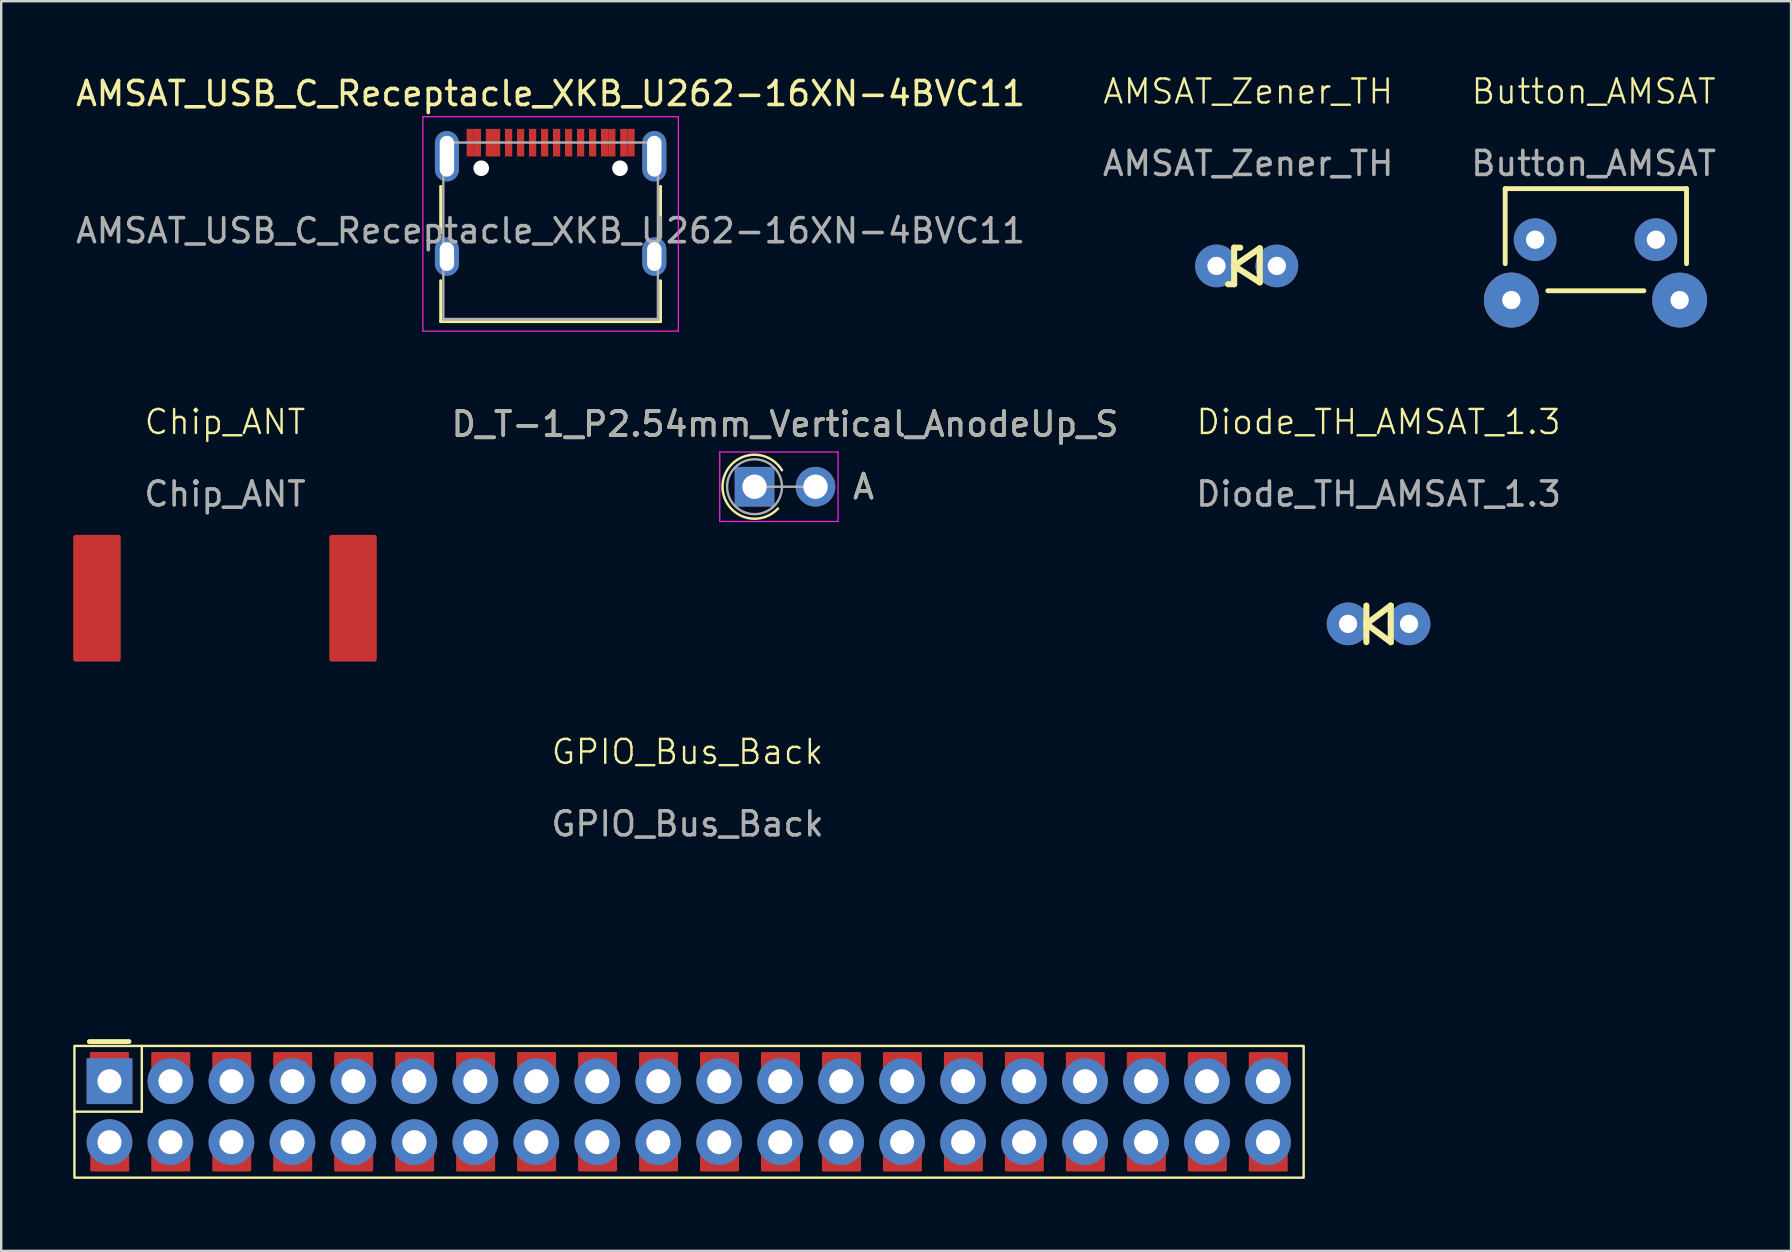
<source format=kicad_pcb>
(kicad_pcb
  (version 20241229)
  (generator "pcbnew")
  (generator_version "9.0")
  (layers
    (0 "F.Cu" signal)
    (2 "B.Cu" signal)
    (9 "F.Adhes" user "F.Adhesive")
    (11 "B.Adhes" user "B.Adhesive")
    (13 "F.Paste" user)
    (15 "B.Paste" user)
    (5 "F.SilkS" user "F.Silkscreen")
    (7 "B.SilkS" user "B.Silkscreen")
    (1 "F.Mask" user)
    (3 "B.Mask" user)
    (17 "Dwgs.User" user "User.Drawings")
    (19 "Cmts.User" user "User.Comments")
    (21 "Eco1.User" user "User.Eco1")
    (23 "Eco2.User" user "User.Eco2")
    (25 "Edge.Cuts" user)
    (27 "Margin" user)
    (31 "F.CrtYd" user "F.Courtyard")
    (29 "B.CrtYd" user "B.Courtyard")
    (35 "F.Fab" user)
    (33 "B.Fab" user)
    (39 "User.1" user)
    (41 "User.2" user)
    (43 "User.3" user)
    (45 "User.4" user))
  (footprint "AMSAT_USB_C_Receptacle_XKB_U262-16XN-4BVC11"
    (layer "F.Cu")
    (at 19.887 6.563)
    (property "Reference" "AMSAT_USB_C_Receptacle_XKB_U262-16XN-4BVC11" (at 0 -5.715 0) (layer "F.SilkS") (effects (font (size 1 1) (thickness 0.15))))
    (attr smd)
    (fp_line (start -4.58 -1.85) (end -4.58 0.07) (stroke (width 0.12) (type solid)) (layer "F.SilkS"))
    (fp_line (start -4.58 3.785) (end -4.58 2.08) (stroke (width 0.12) (type solid)) (layer "F.SilkS"))
    (fp_line (start 4.58 0.07) (end 4.58 -1.85) (stroke (width 0.12) (type solid)) (layer "F.SilkS"))
    (fp_line (start 4.58 2.08) (end 4.58 3.785) (stroke (width 0.12) (type solid)) (layer "F.SilkS"))
    (fp_line (start 4.58 3.785) (end -4.58 3.785) (stroke (width 0.12) (type solid)) (layer "F.SilkS"))
    (fp_line (start -5.32 -4.75) (end 5.32 -4.75) (stroke (width 0.05) (type solid)) (layer "F.CrtYd"))
    (fp_line (start -5.32 4.18) (end -5.32 -4.75) (stroke (width 0.05) (type solid)) (layer "F.CrtYd"))
    (fp_line (start 5.32 -4.75) (end 5.32 4.18) (stroke (width 0.05) (type solid)) (layer "F.CrtYd"))
    (fp_line (start 5.32 4.18) (end -5.32 4.18) (stroke (width 0.05) (type solid)) (layer "F.CrtYd"))
    (fp_line (start -4.47 -3.675) (end -4.47 3.675) (stroke (width 0.1) (type solid)) (layer "F.Fab"))
    (fp_line (start -4.47 -3.675) (end 4.47 -3.675) (stroke (width 0.1) (type solid)) (layer "F.Fab"))
    (fp_line (start -4.47 3.675) (end 4.47 3.675) (stroke (width 0.1) (type solid)) (layer "F.Fab"))
    (fp_line (start 4.47 3.675) (end 4.47 -3.675) (stroke (width 0.1) (type solid)) (layer "F.Fab"))
    (fp_text user "${REFERENCE}" (at 0 0 0) (layer "F.Fab") (effects (font (size 1 1) (thickness 0.15))))
    (pad "" np_thru_hole circle (at -2.89 -2.605) (size 0.65 0.65) (drill 0.65) (layers "*.Cu" "*.Mask"))
    (pad "" np_thru_hole circle (at 2.89 -2.605) (size 0.65 0.65) (drill 0.65) (layers "*.Cu" "*.Mask"))
    (pad "A1" smd rect (at -3.35 -3.67) (size 0.3 1.15) (layers "F.Cu" "F.Mask" "F.Paste"))
    (pad "A4" smd rect (at -2.55 -3.67) (size 0.3 1.15) (layers "F.Cu" "F.Mask" "F.Paste"))
    (pad "A5" smd rect (at -1.25 -3.67) (size 0.3 1.15) (layers "F.Cu" "F.Mask" "F.Paste"))
    (pad "A6" smd rect (at -0.25 -3.67) (size 0.3 1.15) (layers "F.Cu" "F.Mask" "F.Paste"))
    (pad "A7" smd rect (at 0.25 -3.67) (size 0.3 1.15) (layers "F.Cu" "F.Mask" "F.Paste"))
    (pad "A8" smd rect (at 1.25 -3.67) (size 0.3 1.15) (layers "F.Cu" "F.Mask" "F.Paste"))
    (pad "A9" smd rect (at 2.55 -3.67) (size 0.3 1.15) (layers "F.Cu" "F.Mask" "F.Paste"))
    (pad "A12" smd rect (at 3.35 -3.67) (size 0.3 1.15) (layers "F.Cu" "F.Mask" "F.Paste"))
    (pad "B1" smd rect (at 3.05 -3.67) (size 0.3 1.15) (layers "F.Cu" "F.Mask" "F.Paste"))
    (pad "B4" smd rect (at 2.25 -3.67) (size 0.3 1.15) (layers "F.Cu" "F.Mask" "F.Paste"))
    (pad "B5" smd rect (at 1.75 -3.67) (size 0.3 1.15) (layers "F.Cu" "F.Mask" "F.Paste"))
    (pad "B6" smd rect (at 0.75 -3.67) (size 0.3 1.15) (layers "F.Cu" "F.Mask" "F.Paste"))
    (pad "B7" smd rect (at -0.75 -3.67) (size 0.3 1.15) (layers "F.Cu" "F.Mask" "F.Paste"))
    (pad "B8" smd rect (at -1.75 -3.67) (size 0.3 1.15) (layers "F.Cu" "F.Mask" "F.Paste"))
    (pad "B9" smd rect (at -2.25 -3.67) (size 0.3 1.15) (layers "F.Cu" "F.Mask" "F.Paste"))
    (pad "B12" smd rect (at -3.05 -3.67) (size 0.3 1.15) (layers "F.Cu" "F.Mask" "F.Paste"))
    (pad "S1" thru_hole oval (at -4.32 -3.105) (size 1 2.1) (drill oval 0.6 1.7) (layers "*.Cu" "*.Mask"))
    (pad "S1" thru_hole oval (at -4.32 1.075) (size 1 1.6) (drill oval 0.6 1.2) (layers "*.Cu" "*.Mask"))
    (pad "S1" thru_hole oval (at 4.32 -3.105) (size 1 2.1) (drill oval 0.6 1.7) (layers "*.Cu" "*.Mask"))
    (pad "S1" thru_hole oval (at 4.32 1.075) (size 1 1.6) (drill oval 0.6 1.2) (layers "*.Cu" "*.Mask")))
  (footprint "Diode_TH_AMSAT_1.3"
    (layer "F.Cu")
    (at 54.429 22.939)
    (property "Reference" "Diode_TH_AMSAT_1.3" (at -0.051 -8.41 0) (unlocked yes) (layer "F.SilkS") (effects (font (size 1 1) (thickness 0.1))))
    (attr through_hole)
    (fp_line (start -0.559 0) (end -0.559 -0.762) (stroke (width 0.254) (type solid)) (layer "F.SilkS"))
    (fp_line (start -0.559 0) (end -0.559 0.762) (stroke (width 0.254) (type solid)) (layer "F.SilkS"))
    (fp_line (start -0.559 0) (end 0.457 0.762) (stroke (width 0.254) (type solid)) (layer "F.SilkS"))
    (fp_line (start 0.457 -0.762) (end -0.559 0) (stroke (width 0.254) (type solid)) (layer "F.SilkS"))
    (fp_line (start 0.457 0.762) (end 0.457 -0.762) (stroke (width 0.254) (type solid)) (layer "F.SilkS"))
    (fp_text user "${REFERENCE}" (at -0.051 -5.41 0) (unlocked yes) (layer "F.Fab") (effects (font (size 1 1) (thickness 0.15))))
    (pad "1" thru_hole circle (at -1.321 0) (size 1.778 1.778) (drill 0.762) (layers "*.Cu" "*.Mask"))
    (pad "2" thru_hole circle (at 1.219 0) (size 1.778 1.778) (drill 0.762) (layers "*.Cu" "*.Mask")))
  (footprint "Chip_ANT"
    (layer "F.Cu")
    (at 6.323 21.871)
    (property "Reference" "Chip_ANT" (at 0 -7.342 0) (unlocked yes) (layer "F.SilkS") (effects (font (size 1 1) (thickness 0.1))))
    (attr smd)
    (fp_rect (start -6.223 -2.54) (end -4.445 2.54) (stroke (width 0.2) (type solid)) (fill yes) (layer "F.Cu"))
    (fp_rect (start 4.445 -2.54) (end 6.223 2.54) (stroke (width 0.2) (type solid)) (fill yes) (layer "F.Cu"))
    (fp_text user "${REFERENCE}" (at 0 -4.342 0) (unlocked yes) (layer "F.Fab") (effects (font (size 1 1) (thickness 0.15)))))
  (footprint "Button_AMSAT"
    (layer "F.Cu")
    (at 63.415 9.45)
    (property "Reference" "Button_AMSAT" (at -0.076 -8.69 0) (unlocked yes) (layer "F.SilkS") (effects (font (size 1 1) (thickness 0.1))))
    (attr through_hole)
    (fp_circle (center -3.505 0) (end -2.362 0) (stroke (width 0) (type solid)) (fill yes) (layer "F.Cu"))
    (fp_circle (center -3.485 -0.014) (end -2.385 -0.014) (stroke (width 0) (type solid)) (fill yes) (layer "B.Cu"))
    (fp_line (start -3.762 -4.642) (end 3.792 -4.642) (stroke (width 0.203) (type solid)) (layer "F.SilkS"))
    (fp_line (start -3.762 -1.515) (end -3.762 -4.642) (stroke (width 0.203) (type solid)) (layer "F.SilkS"))
    (fp_line (start 2.015 -0.388) (end -1.985 -0.388) (stroke (width 0.203) (type solid)) (layer "F.SilkS"))
    (fp_line (start 3.792 -4.642) (end 3.792 -1.515) (stroke (width 0.203) (type solid)) (layer "F.SilkS"))
    (fp_text user "${REFERENCE}" (at -0.076 -5.69 0) (unlocked yes) (layer "F.Fab") (effects (font (size 1 1) (thickness 0.15))))
    (pad "1" thru_hole circle (at 2.515 -2.515) (size 1.778 1.778) (drill 0.762) (layers "*.Cu" "*.Mask"))
    (pad "2" thru_hole circle (at -2.515 -2.515) (size 1.778 1.778) (drill 0.762) (layers "*.Cu" "*.Mask"))
    (pad "3" thru_hole circle (at -3.505 0) (size 2.286 2.286) (drill 0.762) (layers "*.Cu" "*.Mask"))
    (pad "4" thru_hole circle (at 3.505 0) (size 2.286 2.286) (drill 0.762) (layers "*.Cu" "*.Mask")))
  (footprint "D_T-1_P2.54mm_Vertical_AnodeUp_S"
    (layer "F.Cu")
    (at 28.382 17.226)
    (property "Reference" "D_T-1_P2.54mm_Vertical_AnodeUp_S" (at 1.27 -2.609 0) (layer "F.SilkS") (effects (font (size 1 1) (thickness 0.15))))
    (attr through_hole)
    (fp_arc (start 0.977221 0.906536) (mid -1.325787 -0.138028) (end 1.142999 -0.6858) (stroke (width 0.1016) (type solid)) (layer "F.SilkS"))
    (fp_line (start -1.448 -1.448) (end -1.448 1.448) (stroke (width 0.05) (type solid)) (layer "F.CrtYd"))
    (fp_line (start -1.448 1.448) (end 3.48 1.448) (stroke (width 0.05) (type solid)) (layer "F.CrtYd"))
    (fp_line (start 3.48 -1.448) (end -1.448 -1.448) (stroke (width 0.05) (type solid)) (layer "F.CrtYd"))
    (fp_line (start 3.48 1.448) (end 3.48 -1.448) (stroke (width 0.05) (type solid)) (layer "F.CrtYd"))
    (fp_line (start 0 0) (end 2.54 0) (stroke (width 0.1) (type solid)) (layer "F.Fab"))
    (fp_circle (center 0 0) (end 1.143 0) (stroke (width 0.1) (type solid)) (fill no) (layer "F.Fab"))
    (fp_text user "A" (at 4.54 0 0) (layer "F.SilkS") (effects (font (size 1 1) (thickness 0.15))))
    (fp_text user "${REFERENCE}" (at 1.27 -2.609 0) (layer "F.Fab") (effects (font (size 1 1) (thickness 0.15))))
    (fp_text user "A" (at 4.54 0 0) (layer "F.Fab") (effects (font (size 1 1) (thickness 0.15))))
    (pad "1" thru_hole rect (at 0 0) (size 1.651 1.651) (drill 1.016) (layers "*.Cu" "*.Mask"))
    (pad "2" thru_hole oval (at 2.54 0) (size 1.651 1.651) (drill 1.016) (layers "*.Cu" "*.Mask")))
  (footprint "GPIO_Bus_Back"
    (layer "F.Cu")
    (at 25.641 43.26)
    (property "Reference" "GPIO_Bus_Back" (at -0.051 -14.989 0) (unlocked yes) (layer "F.SilkS") (effects (font (size 1 1) (thickness 0.1))))
    (attr through_hole)
    (fp_rect (start -24.892 -2.438) (end -23.368 -1.727) (stroke (width 0.1) (type solid)) (fill yes) (layer "F.Cu"))
    (fp_rect (start -23.356 2.443) (end -24.88 1.732) (stroke (width 0.1) (type solid)) (fill yes) (layer "F.Cu"))
    (fp_rect (start -22.34 -2.434) (end -20.816 -1.723) (stroke (width 0.1) (type solid)) (fill yes) (layer "F.Cu"))
    (fp_rect (start -20.816 2.443) (end -22.34 1.732) (stroke (width 0.1) (type solid)) (fill yes) (layer "F.Cu"))
    (fp_rect (start -19.8 -2.434) (end -18.276 -1.723) (stroke (width 0.1) (type solid)) (fill yes) (layer "F.Cu"))
    (fp_rect (start -18.276 2.443) (end -19.8 1.732) (stroke (width 0.1) (type solid)) (fill yes) (layer "F.Cu"))
    (fp_rect (start -17.26 -2.434) (end -15.736 -1.723) (stroke (width 0.1) (type solid)) (fill yes) (layer "F.Cu"))
    (fp_rect (start -15.736 2.443) (end -17.26 1.732) (stroke (width 0.1) (type solid)) (fill yes) (layer "F.Cu"))
    (fp_rect (start -14.72 -2.434) (end -13.196 -1.723) (stroke (width 0.1) (type solid)) (fill yes) (layer "F.Cu"))
    (fp_rect (start -13.196 2.443) (end -14.72 1.732) (stroke (width 0.1) (type solid)) (fill yes) (layer "F.Cu"))
    (fp_rect (start -12.18 -2.434) (end -10.656 -1.723) (stroke (width 0.1) (type solid)) (fill yes) (layer "F.Cu"))
    (fp_rect (start -10.656 2.443) (end -12.18 1.732) (stroke (width 0.1) (type solid)) (fill yes) (layer "F.Cu"))
    (fp_rect (start -9.64 -2.434) (end -8.116 -1.723) (stroke (width 0.1) (type solid)) (fill yes) (layer "F.Cu"))
    (fp_rect (start -8.116 2.443) (end -9.64 1.732) (stroke (width 0.1) (type solid)) (fill yes) (layer "F.Cu"))
    (fp_rect (start -7.1 -2.434) (end -5.576 -1.723) (stroke (width 0.1) (type solid)) (fill yes) (layer "F.Cu"))
    (fp_rect (start -5.576 2.443) (end -7.1 1.732) (stroke (width 0.1) (type solid)) (fill yes) (layer "F.Cu"))
    (fp_rect (start -4.56 -2.434) (end -3.036 -1.723) (stroke (width 0.1) (type solid)) (fill yes) (layer "F.Cu"))
    (fp_rect (start -3.036 2.443) (end -4.56 1.732) (stroke (width 0.1) (type solid)) (fill yes) (layer "F.Cu"))
    (fp_rect (start -2.02 -2.434) (end -0.496 -1.723) (stroke (width 0.1) (type solid)) (fill yes) (layer "F.Cu"))
    (fp_rect (start -0.496 2.443) (end -2.02 1.732) (stroke (width 0.1) (type solid)) (fill yes) (layer "F.Cu"))
    (fp_rect (start 0.52 -2.434) (end 2.044 -1.723) (stroke (width 0.1) (type solid)) (fill yes) (layer "F.Cu"))
    (fp_rect (start 2.044 2.443) (end 0.52 1.732) (stroke (width 0.1) (type solid)) (fill yes) (layer "F.Cu"))
    (fp_rect (start 3.06 -2.434) (end 4.584 -1.723) (stroke (width 0.1) (type solid)) (fill yes) (layer "F.Cu"))
    (fp_rect (start 4.584 2.443) (end 3.06 1.732) (stroke (width 0.1) (type solid)) (fill yes) (layer "F.Cu"))
    (fp_rect (start 5.6 -2.434) (end 7.124 -1.723) (stroke (width 0.1) (type solid)) (fill yes) (layer "F.Cu"))
    (fp_rect (start 7.124 2.443) (end 5.6 1.732) (stroke (width 0.1) (type solid)) (fill yes) (layer "F.Cu"))
    (fp_rect (start 8.14 -2.434) (end 9.664 -1.723) (stroke (width 0.1) (type solid)) (fill yes) (layer "F.Cu"))
    (fp_rect (start 9.664 2.443) (end 8.14 1.732) (stroke (width 0.1) (type solid)) (fill yes) (layer "F.Cu"))
    (fp_rect (start 10.68 -2.434) (end 12.204 -1.723) (stroke (width 0.1) (type solid)) (fill yes) (layer "F.Cu"))
    (fp_rect (start 12.204 2.443) (end 10.68 1.732) (stroke (width 0.1) (type solid)) (fill yes) (layer "F.Cu"))
    (fp_rect (start 13.22 -2.434) (end 14.744 -1.723) (stroke (width 0.1) (type solid)) (fill yes) (layer "F.Cu"))
    (fp_rect (start 14.744 2.443) (end 13.22 1.732) (stroke (width 0.1) (type solid)) (fill yes) (layer "F.Cu"))
    (fp_rect (start 15.76 -2.434) (end 17.284 -1.723) (stroke (width 0.1) (type solid)) (fill yes) (layer "F.Cu"))
    (fp_rect (start 17.284 2.443) (end 15.76 1.732) (stroke (width 0.1) (type solid)) (fill yes) (layer "F.Cu"))
    (fp_rect (start 18.3 -2.434) (end 19.824 -1.723) (stroke (width 0.1) (type solid)) (fill yes) (layer "F.Cu"))
    (fp_rect (start 19.824 2.443) (end 18.3 1.732) (stroke (width 0.1) (type solid)) (fill yes) (layer "F.Cu"))
    (fp_rect (start 20.84 -2.434) (end 22.364 -1.723) (stroke (width 0.1) (type solid)) (fill yes) (layer "F.Cu"))
    (fp_rect (start 22.364 2.443) (end 20.84 1.732) (stroke (width 0.1) (type solid)) (fill yes) (layer "F.Cu"))
    (fp_rect (start 23.38 -2.434) (end 24.904 -1.723) (stroke (width 0.1) (type solid)) (fill yes) (layer "F.Cu"))
    (fp_rect (start 24.904 2.443) (end 23.38 1.732) (stroke (width 0.1) (type solid)) (fill yes) (layer "F.Cu"))
    (fp_line (start -25.591 0) (end -22.784 0) (stroke (width 0.1) (type default)) (layer "F.SilkS"))
    (fp_line (start -23.317 -2.921) (end -24.968 -2.921) (stroke (width 0.203) (type solid)) (layer "F.SilkS"))
    (fp_line (start -22.784 0) (end -22.784 -2.743) (stroke (width 0.1) (type default)) (layer "F.SilkS"))
    (fp_rect (start -25.591 -2.739) (end 25.616 2.748) (stroke (width 0.1) (type default)) (fill no) (layer "F.SilkS"))
    (fp_text user "${REFERENCE}" (at -0.051 -11.989 0) (unlocked yes) (layer "F.Fab") (effects (font (size 1 1) (thickness 0.15))))
    (pad "1" thru_hole rect (at -24.13 -1.27) (size 1.905 1.905) (drill 1) (layers "*.Cu" "*.Mask"))
    (pad "2" thru_hole circle (at -24.13 1.27 180) (size 1.905 1.905) (drill 1) (layers "*.Cu" "*.Mask"))
    (pad "3" thru_hole circle (at -21.59 -1.27) (size 1.905 1.905) (drill 1) (layers "*.Cu" "*.Mask"))
    (pad "4" thru_hole circle (at -21.59 1.27 180) (size 1.905 1.905) (drill 1) (layers "*.Cu" "*.Mask"))
    (pad "5" thru_hole circle (at -19.05 -1.27) (size 1.905 1.905) (drill 1) (layers "*.Cu" "*.Mask"))
    (pad "6" thru_hole circle (at -19.05 1.27 180) (size 1.905 1.905) (drill 1) (layers "*.Cu" "*.Mask"))
    (pad "7" thru_hole circle (at -16.51 -1.27) (size 1.905 1.905) (drill 1) (layers "*.Cu" "*.Mask"))
    (pad "8" thru_hole circle (at -16.51 1.27 180) (size 1.905 1.905) (drill 1) (layers "*.Cu" "*.Mask"))
    (pad "9" thru_hole circle (at -13.97 -1.27) (size 1.905 1.905) (drill 1) (layers "*.Cu" "*.Mask"))
    (pad "10" thru_hole circle (at -13.97 1.27 180) (size 1.905 1.905) (drill 1) (layers "*.Cu" "*.Mask"))
    (pad "11" thru_hole circle (at -11.43 -1.27) (size 1.905 1.905) (drill 1) (layers "*.Cu" "*.Mask"))
    (pad "12" thru_hole circle (at -11.43 1.27 180) (size 1.905 1.905) (drill 1) (layers "*.Cu" "*.Mask"))
    (pad "13" thru_hole circle (at -8.89 -1.27) (size 1.905 1.905) (drill 1) (layers "*.Cu" "*.Mask"))
    (pad "14" thru_hole circle (at -8.89 1.27 180) (size 1.905 1.905) (drill 1) (layers "*.Cu" "*.Mask"))
    (pad "15" thru_hole circle (at -6.35 -1.27) (size 1.905 1.905) (drill 1) (layers "*.Cu" "*.Mask"))
    (pad "16" thru_hole circle (at -6.35 1.27 180) (size 1.905 1.905) (drill 1) (layers "*.Cu" "*.Mask"))
    (pad "17" thru_hole circle (at -3.81 -1.27) (size 1.905 1.905) (drill 1) (layers "*.Cu" "*.Mask"))
    (pad "18" thru_hole circle (at -3.81 1.27 180) (size 1.905 1.905) (drill 1) (layers "*.Cu" "*.Mask"))
    (pad "19" thru_hole circle (at -1.27 -1.27) (size 1.905 1.905) (drill 1) (layers "*.Cu" "*.Mask"))
    (pad "20" thru_hole circle (at -1.27 1.27 180) (size 1.905 1.905) (drill 1) (layers "*.Cu" "F.Mask"))
    (pad "21" thru_hole circle (at 1.27 -1.27) (size 1.905 1.905) (drill 1) (layers "*.Cu" "*.Mask"))
    (pad "22" thru_hole circle (at 1.27 1.27 180) (size 1.905 1.905) (drill 1) (layers "*.Cu" "*.Mask"))
    (pad "23" thru_hole circle (at 3.81 -1.27) (size 1.905 1.905) (drill 1) (layers "*.Cu" "*.Mask"))
    (pad "24" thru_hole circle (at 3.81 1.27 180) (size 1.905 1.905) (drill 1) (layers "*.Cu" "*.Mask"))
    (pad "25" thru_hole circle (at 6.35 -1.27) (size 1.905 1.905) (drill 1) (layers "*.Cu" "*.Mask"))
    (pad "26" thru_hole circle (at 6.35 1.27 180) (size 1.905 1.905) (drill 1) (layers "*.Cu" "*.Mask"))
    (pad "27" thru_hole circle (at 8.89 -1.27) (size 1.905 1.905) (drill 1) (layers "*.Cu" "*.Mask"))
    (pad "28" thru_hole circle (at 8.89 1.27 180) (size 1.905 1.905) (drill 1) (layers "*.Cu" "*.Mask"))
    (pad "29" thru_hole circle (at 11.43 -1.27) (size 1.905 1.905) (drill 1) (layers "*.Cu" "*.Mask"))
    (pad "30" thru_hole circle (at 11.43 1.27 180) (size 1.905 1.905) (drill 1) (layers "*.Cu" "*.Mask"))
    (pad "31" thru_hole circle (at 13.97 -1.27) (size 1.905 1.905) (drill 1) (layers "*.Cu" "*.Mask"))
    (pad "32" thru_hole circle (at 13.97 1.27 180) (size 1.905 1.905) (drill 1) (layers "*.Cu" "*.Mask"))
    (pad "33" thru_hole circle (at 16.51 -1.27) (size 1.905 1.905) (drill 1) (layers "*.Cu" "*.Mask"))
    (pad "34" thru_hole circle (at 16.51 1.27 180) (size 1.905 1.905) (drill 1) (layers "*.Cu" "*.Mask"))
    (pad "35" thru_hole circle (at 19.05 -1.27) (size 1.905 1.905) (drill 1) (layers "*.Cu" "*.Mask"))
    (pad "36" thru_hole circle (at 19.05 1.27 180) (size 1.905 1.905) (drill 1) (layers "*.Cu" "*.Mask"))
    (pad "37" thru_hole circle (at 21.59 -1.27) (size 1.905 1.905) (drill 1) (layers "*.Cu" "*.Mask"))
    (pad "38" thru_hole circle (at 21.59 1.27 180) (size 1.905 1.905) (drill 1) (layers "*.Cu" "*.Mask"))
    (pad "39" thru_hole circle (at 24.13 -1.27) (size 1.905 1.905) (drill 1) (layers "*.Cu" "*.Mask"))
    (pad "40" thru_hole circle (at 24.13 1.27 180) (size 1.905 1.905) (drill 1) (layers "*.Cu" "*.Mask")))
  (footprint "AMSAT_Zener_TH"
    (layer "F.Cu")
    (at 48.946 8.028)
    (property "Reference" "AMSAT_Zener_TH" (at 0 -7.267 0) (unlocked yes) (layer "F.SilkS") (effects (font (size 1 1) (thickness 0.1))))
    (attr through_hole)
    (fp_line (start -0.584 -0.762) (end -0.584 0) (stroke (width 0.254) (type solid)) (layer "F.SilkS"))
    (fp_line (start -0.584 -0.762) (end -0.33 -0.762) (stroke (width 0.254) (type solid)) (layer "F.SilkS"))
    (fp_line (start -0.584 0) (end -0.584 0.762) (stroke (width 0.254) (type solid)) (layer "F.SilkS"))
    (fp_line (start -0.584 0) (end 0.483 0.686) (stroke (width 0.254) (type solid)) (layer "F.SilkS"))
    (fp_line (start -0.584 0.762) (end -0.838 0.762) (stroke (width 0.254) (type solid)) (layer "F.SilkS"))
    (fp_line (start 0.483 -0.737) (end -0.584 0) (stroke (width 0.254) (type solid)) (layer "F.SilkS"))
    (fp_line (start 0.483 0.686) (end 0.483 -0.737) (stroke (width 0.254) (type solid)) (layer "F.SilkS"))
    (fp_text user "${REFERENCE}" (at 0 -4.267 0) (unlocked yes) (layer "F.Fab") (effects (font (size 1 1) (thickness 0.15))))
    (pad "1" thru_hole circle (at -1.321 0) (size 1.778 1.778) (drill 0.762) (layers "*.Cu" "*.Mask"))
    (pad "2" thru_hole circle (at 1.194 0) (size 1.778 1.778) (drill 0.762) (layers "*.Cu" "*.Mask")))
  (gr_rect
    (start -3 -3)
    (end 71.56 49.058)
    (stroke (width 0.1) (type default))
    (fill no)
    (layer "Edge.Cuts")))
</source>
